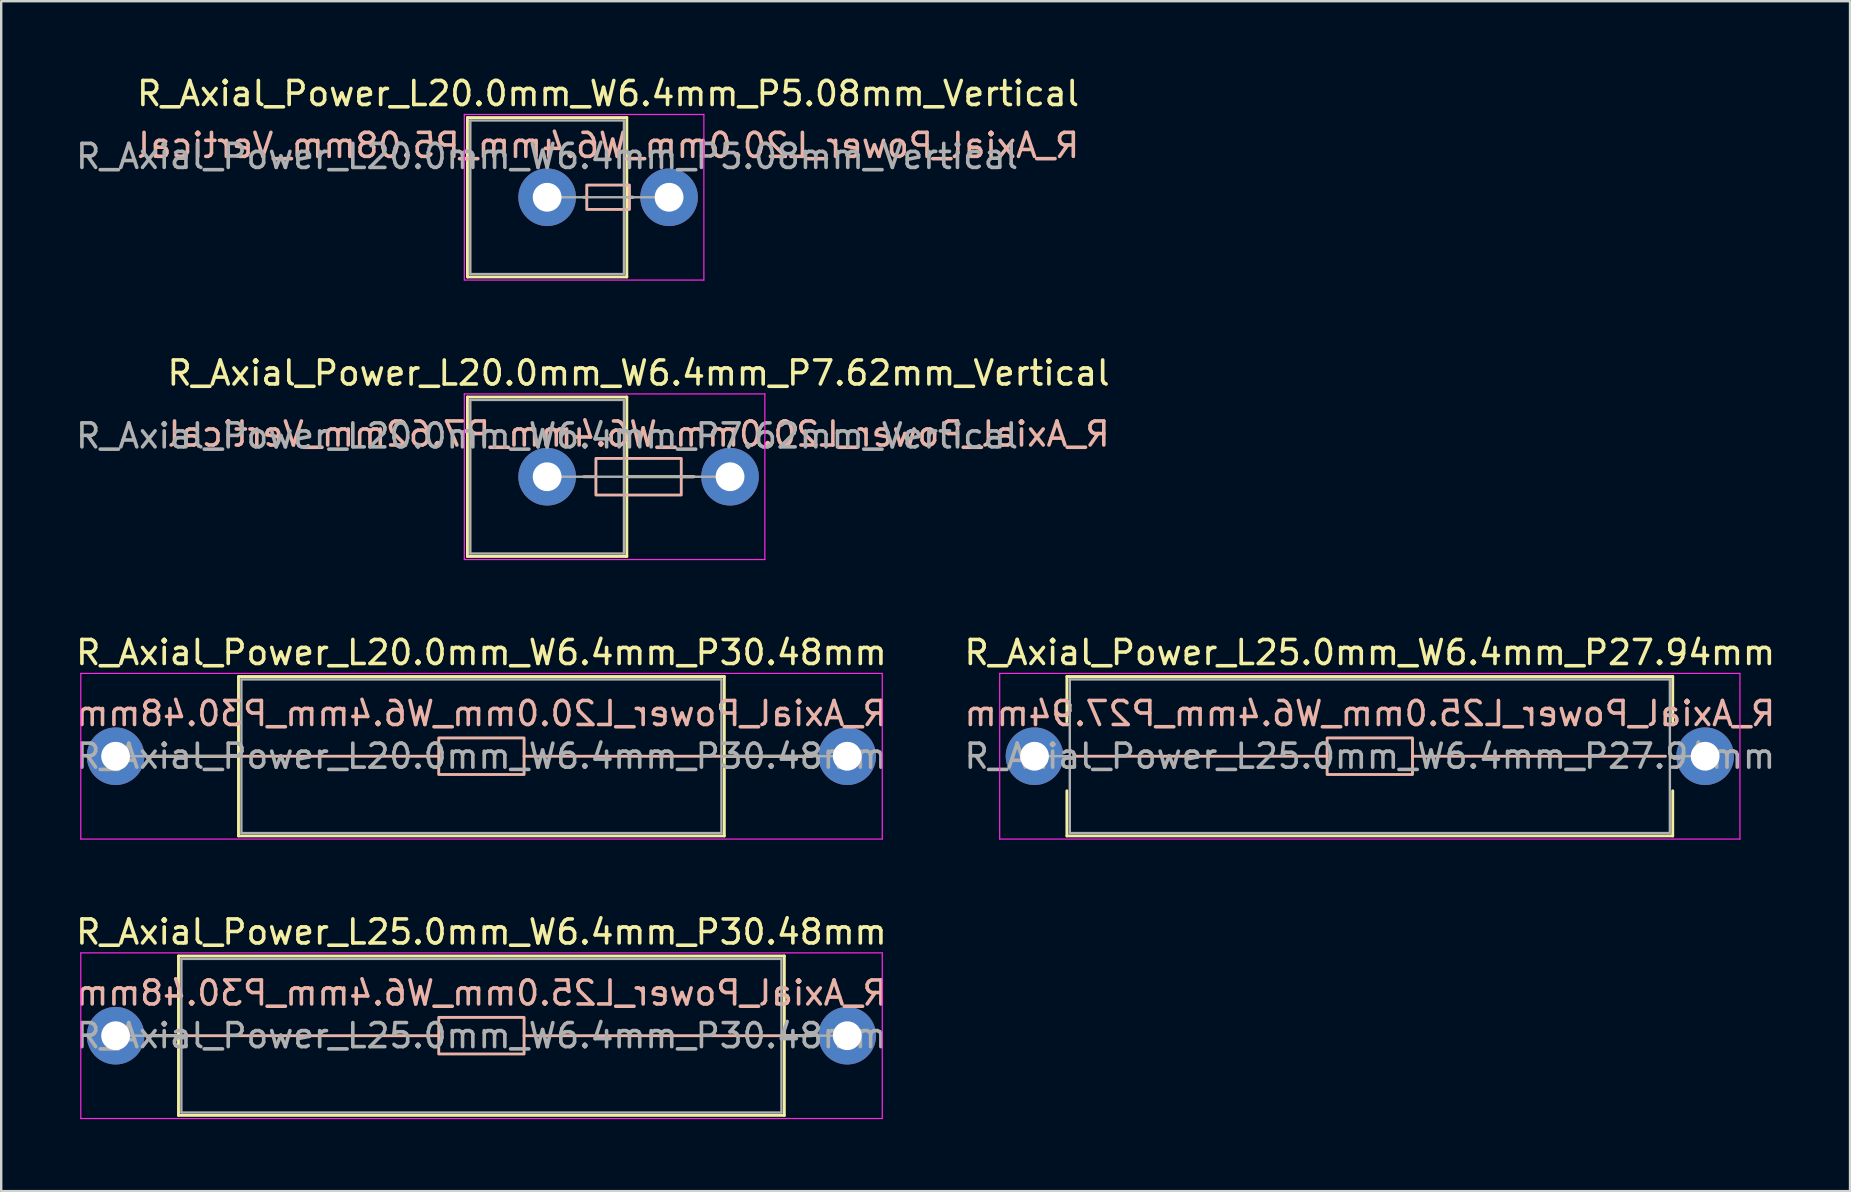
<source format=kicad_pcb>
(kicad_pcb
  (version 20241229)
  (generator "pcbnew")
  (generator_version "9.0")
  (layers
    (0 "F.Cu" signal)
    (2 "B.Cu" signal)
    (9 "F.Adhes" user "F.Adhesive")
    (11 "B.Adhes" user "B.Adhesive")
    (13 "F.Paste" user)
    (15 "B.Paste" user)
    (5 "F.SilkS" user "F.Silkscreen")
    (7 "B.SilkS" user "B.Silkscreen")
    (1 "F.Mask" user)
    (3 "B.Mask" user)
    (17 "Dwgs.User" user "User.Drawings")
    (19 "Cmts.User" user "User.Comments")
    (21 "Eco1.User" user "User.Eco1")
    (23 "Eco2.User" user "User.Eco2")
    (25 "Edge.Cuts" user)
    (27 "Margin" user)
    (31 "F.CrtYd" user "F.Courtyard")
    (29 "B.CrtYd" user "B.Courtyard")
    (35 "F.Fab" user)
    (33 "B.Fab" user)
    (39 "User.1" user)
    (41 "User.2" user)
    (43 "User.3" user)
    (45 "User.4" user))
  (footprint "R_Axial_Power_L20.0mm_W6.4mm_P7.62mm_Vertical"
    (layer "F.Cu")
    (at 19.744 16.811)
    (property "Reference" "R_Axial_Power_L20.0mm_W6.4mm_P7.62mm_Vertical" (at 3.81 -4.32 0) (layer "F.SilkS") (effects (font (size 1 1) (thickness 0.15))))
    (fp_line (start -3.32 -3.32) (end -3.32 3.32) (stroke (width 0.12) (type solid)) (layer "F.SilkS"))
    (fp_line (start -3.32 3.32) (end 3.32 3.32) (stroke (width 0.12) (type solid)) (layer "F.SilkS"))
    (fp_line (start 3.32 -3.32) (end -3.32 -3.32) (stroke (width 0.12) (type solid)) (layer "F.SilkS"))
    (fp_line (start 3.32 0) (end 6.12 0) (stroke (width 0.12) (type solid)) (layer "F.SilkS"))
    (fp_line (start 3.32 3.32) (end 3.32 -3.32) (stroke (width 0.12) (type solid)) (layer "F.SilkS"))
    (fp_line (start 2.032 0) (end 1.524 0) (stroke (width 0.12) (type solid)) (layer "B.SilkS"))
    (fp_line (start 5.588 0) (end 6.096 0) (stroke (width 0.12) (type solid)) (layer "B.SilkS"))
    (fp_rect (start 2.032 -0.762) (end 5.588 0.762) (stroke (width 0.12) (type solid)) (fill no) (layer "B.SilkS"))
    (fp_line (start -3.45 -3.45) (end -3.45 3.45) (stroke (width 0.05) (type solid)) (layer "F.CrtYd"))
    (fp_line (start -3.45 3.45) (end 9.07 3.45) (stroke (width 0.05) (type solid)) (layer "F.CrtYd"))
    (fp_line (start 9.07 -3.45) (end -3.45 -3.45) (stroke (width 0.05) (type solid)) (layer "F.CrtYd"))
    (fp_line (start 9.07 3.45) (end 9.07 -3.45) (stroke (width 0.05) (type solid)) (layer "F.CrtYd"))
    (fp_line (start -3.2 -3.2) (end -3.2 3.2) (stroke (width 0.1) (type solid)) (layer "F.Fab"))
    (fp_line (start -3.2 3.2) (end 3.2 3.2) (stroke (width 0.1) (type solid)) (layer "F.Fab"))
    (fp_line (start 0 0) (end 7.62 0) (stroke (width 0.1) (type solid)) (layer "F.Fab"))
    (fp_line (start 3.2 -3.2) (end -3.2 -3.2) (stroke (width 0.1) (type solid)) (layer "F.Fab"))
    (fp_line (start 3.2 3.2) (end 3.2 -3.2) (stroke (width 0.1) (type solid)) (layer "F.Fab"))
    (fp_text user "${REFERENCE}" (at 3.81 -1.778 0) (layer "B.SilkS") (effects (font (size 1 1) (thickness 0.15)) (justify mirror)))
    (fp_text user "${REFERENCE}" (at 0 -1.7 0) (layer "F.Fab") (effects (font (size 1 1) (thickness 0.15))))
    (pad "1" thru_hole circle (at 0 0) (size 2.4 2.4) (drill 1.2) (layers "*.Cu" "*.Mask"))
    (pad "2" thru_hole oval (at 7.62 0) (size 2.4 2.4) (drill 1.2) (layers "*.Cu" "*.Mask")))
  (footprint "R_Axial_Power_L20.0mm_W6.4mm_P30.48mm"
    (layer "F.Cu")
    (at 1.766 28.455)
    (property "Reference" "R_Axial_Power_L20.0mm_W6.4mm_P30.48mm" (at 15.24 -4.32 0) (layer "F.SilkS") (effects (font (size 1 1) (thickness 0.15))))
    (fp_line (start 1.44 0) (end 5.12 0) (stroke (width 0.12) (type solid)) (layer "F.SilkS"))
    (fp_line (start 5.12 -3.32) (end 5.12 3.32) (stroke (width 0.12) (type solid)) (layer "F.SilkS"))
    (fp_line (start 5.12 3.32) (end 25.36 3.32) (stroke (width 0.12) (type solid)) (layer "F.SilkS"))
    (fp_line (start 25.36 -3.32) (end 5.12 -3.32) (stroke (width 0.12) (type solid)) (layer "F.SilkS"))
    (fp_line (start 25.36 3.32) (end 25.36 -3.32) (stroke (width 0.12) (type solid)) (layer "F.SilkS"))
    (fp_line (start 29.04 0) (end 25.36 0) (stroke (width 0.12) (type solid)) (layer "F.SilkS"))
    (fp_line (start 13.462 0) (end 1.524 0) (stroke (width 0.12) (type solid)) (layer "B.SilkS"))
    (fp_line (start 17.018 0) (end 28.956 0) (stroke (width 0.12) (type solid)) (layer "B.SilkS"))
    (fp_rect (start 13.462 -0.762) (end 17.018 0.762) (stroke (width 0.12) (type solid)) (fill no) (layer "B.SilkS"))
    (fp_line (start -1.45 -3.45) (end -1.45 3.45) (stroke (width 0.05) (type solid)) (layer "F.CrtYd"))
    (fp_line (start -1.45 3.45) (end 31.94 3.45) (stroke (width 0.05) (type solid)) (layer "F.CrtYd"))
    (fp_line (start 31.94 -3.45) (end -1.45 -3.45) (stroke (width 0.05) (type solid)) (layer "F.CrtYd"))
    (fp_line (start 31.94 3.45) (end 31.94 -3.45) (stroke (width 0.05) (type solid)) (layer "F.CrtYd"))
    (fp_line (start 0 0) (end 5.24 0) (stroke (width 0.1) (type solid)) (layer "F.Fab"))
    (fp_line (start 5.24 -3.2) (end 5.24 3.2) (stroke (width 0.1) (type solid)) (layer "F.Fab"))
    (fp_line (start 5.24 3.2) (end 25.24 3.2) (stroke (width 0.1) (type solid)) (layer "F.Fab"))
    (fp_line (start 25.24 -3.2) (end 5.24 -3.2) (stroke (width 0.1) (type solid)) (layer "F.Fab"))
    (fp_line (start 25.24 3.2) (end 25.24 -3.2) (stroke (width 0.1) (type solid)) (layer "F.Fab"))
    (fp_line (start 30.48 0) (end 25.24 0) (stroke (width 0.1) (type solid)) (layer "F.Fab"))
    (fp_text user "${REFERENCE}" (at 15.24 -1.778 0) (layer "B.SilkS") (effects (font (size 1 1) (thickness 0.15)) (justify mirror)))
    (fp_text user "${REFERENCE}" (at 15.24 0 0) (layer "F.Fab") (effects (font (size 1 1) (thickness 0.15))))
    (pad "1" thru_hole circle (at 0 0) (size 2.4 2.4) (drill 1.2) (layers "*.Cu" "*.Mask"))
    (pad "2" thru_hole oval (at 30.48 0) (size 2.4 2.4) (drill 1.2) (layers "*.Cu" "*.Mask")))
  (footprint "R_Axial_Power_L25.0mm_W6.4mm_P30.48mm"
    (layer "F.Cu")
    (at 1.766 40.098)
    (property "Reference" "R_Axial_Power_L25.0mm_W6.4mm_P30.48mm" (at 15.24 -4.32 0) (layer "F.SilkS") (effects (font (size 1 1) (thickness 0.15))))
    (fp_line (start 1.44 0) (end 2.62 0) (stroke (width 0.12) (type solid)) (layer "F.SilkS"))
    (fp_line (start 2.62 -3.32) (end 2.62 3.32) (stroke (width 0.12) (type solid)) (layer "F.SilkS"))
    (fp_line (start 2.62 3.32) (end 27.86 3.32) (stroke (width 0.12) (type solid)) (layer "F.SilkS"))
    (fp_line (start 27.86 -3.32) (end 2.62 -3.32) (stroke (width 0.12) (type solid)) (layer "F.SilkS"))
    (fp_line (start 27.86 3.32) (end 27.86 -3.32) (stroke (width 0.12) (type solid)) (layer "F.SilkS"))
    (fp_line (start 29.04 0) (end 27.86 0) (stroke (width 0.12) (type solid)) (layer "F.SilkS"))
    (fp_line (start 13.462 0) (end 1.524 0) (stroke (width 0.12) (type solid)) (layer "B.SilkS"))
    (fp_line (start 17.018 0) (end 28.956 0) (stroke (width 0.12) (type solid)) (layer "B.SilkS"))
    (fp_rect (start 13.462 -0.762) (end 17.018 0.762) (stroke (width 0.12) (type solid)) (fill no) (layer "B.SilkS"))
    (fp_line (start -1.45 -3.45) (end -1.45 3.45) (stroke (width 0.05) (type solid)) (layer "F.CrtYd"))
    (fp_line (start -1.45 3.45) (end 31.94 3.45) (stroke (width 0.05) (type solid)) (layer "F.CrtYd"))
    (fp_line (start 31.94 -3.45) (end -1.45 -3.45) (stroke (width 0.05) (type solid)) (layer "F.CrtYd"))
    (fp_line (start 31.94 3.45) (end 31.94 -3.45) (stroke (width 0.05) (type solid)) (layer "F.CrtYd"))
    (fp_line (start 0 0) (end 2.74 0) (stroke (width 0.1) (type solid)) (layer "F.Fab"))
    (fp_line (start 2.74 -3.2) (end 2.74 3.2) (stroke (width 0.1) (type solid)) (layer "F.Fab"))
    (fp_line (start 2.74 3.2) (end 27.74 3.2) (stroke (width 0.1) (type solid)) (layer "F.Fab"))
    (fp_line (start 27.74 -3.2) (end 2.74 -3.2) (stroke (width 0.1) (type solid)) (layer "F.Fab"))
    (fp_line (start 27.74 3.2) (end 27.74 -3.2) (stroke (width 0.1) (type solid)) (layer "F.Fab"))
    (fp_line (start 30.48 0) (end 27.74 0) (stroke (width 0.1) (type solid)) (layer "F.Fab"))
    (fp_text user "${REFERENCE}" (at 15.24 -1.778 0) (layer "B.SilkS") (effects (font (size 1 1) (thickness 0.15)) (justify mirror)))
    (fp_text user "${REFERENCE}" (at 15.24 0 0) (layer "F.Fab") (effects (font (size 1 1) (thickness 0.15))))
    (pad "1" thru_hole circle (at 0 0) (size 2.4 2.4) (drill 1.2) (layers "*.Cu" "*.Mask"))
    (pad "2" thru_hole oval (at 30.48 0) (size 2.4 2.4) (drill 1.2) (layers "*.Cu" "*.Mask")))
  (footprint "R_Axial_Power_L20.0mm_W6.4mm_P5.08mm_Vertical"
    (layer "F.Cu")
    (at 19.744 5.168)
    (property "Reference" "R_Axial_Power_L20.0mm_W6.4mm_P5.08mm_Vertical" (at 2.54 -4.32 0) (layer "F.SilkS") (effects (font (size 1 1) (thickness 0.15))))
    (fp_line (start -3.32 -3.32) (end -3.32 3.32) (stroke (width 0.12) (type solid)) (layer "F.SilkS"))
    (fp_line (start -3.32 3.32) (end 3.32 3.32) (stroke (width 0.12) (type solid)) (layer "F.SilkS"))
    (fp_line (start 3.32 -3.32) (end -3.32 -3.32) (stroke (width 0.12) (type solid)) (layer "F.SilkS"))
    (fp_line (start 3.32 0) (end 3.58 0) (stroke (width 0.12) (type solid)) (layer "F.SilkS"))
    (fp_line (start 3.32 3.32) (end 3.32 -3.32) (stroke (width 0.12) (type solid)) (layer "F.SilkS"))
    (fp_line (start 1.524 0) (end 1.651 0) (stroke (width 0.12) (type solid)) (layer "B.SilkS"))
    (fp_line (start 3.556 0) (end 3.429 0) (stroke (width 0.12) (type solid)) (layer "B.SilkS"))
    (fp_rect (start 1.651 -0.508) (end 3.429 0.508) (stroke (width 0.12) (type solid)) (fill no) (layer "B.SilkS"))
    (fp_line (start -3.45 -3.45) (end -3.45 3.45) (stroke (width 0.05) (type solid)) (layer "F.CrtYd"))
    (fp_line (start -3.45 3.45) (end 6.53 3.45) (stroke (width 0.05) (type solid)) (layer "F.CrtYd"))
    (fp_line (start 6.53 -3.45) (end -3.45 -3.45) (stroke (width 0.05) (type solid)) (layer "F.CrtYd"))
    (fp_line (start 6.53 3.45) (end 6.53 -3.45) (stroke (width 0.05) (type solid)) (layer "F.CrtYd"))
    (fp_line (start -3.2 -3.2) (end -3.2 3.2) (stroke (width 0.1) (type solid)) (layer "F.Fab"))
    (fp_line (start -3.2 3.2) (end 3.2 3.2) (stroke (width 0.1) (type solid)) (layer "F.Fab"))
    (fp_line (start 0 0) (end 5.08 0) (stroke (width 0.1) (type solid)) (layer "F.Fab"))
    (fp_line (start 3.2 -3.2) (end -3.2 -3.2) (stroke (width 0.1) (type solid)) (layer "F.Fab"))
    (fp_line (start 3.2 3.2) (end 3.2 -3.2) (stroke (width 0.1) (type solid)) (layer "F.Fab"))
    (fp_text user "${REFERENCE}" (at 2.54 -2.159 0) (layer "B.SilkS") (effects (font (size 1 1) (thickness 0.15)) (justify mirror)))
    (fp_text user "${REFERENCE}" (at 0 -1.7 0) (layer "F.Fab") (effects (font (size 1 1) (thickness 0.15))))
    (pad "1" thru_hole circle (at 0 0) (size 2.4 2.4) (drill 1.2) (layers "*.Cu" "*.Mask"))
    (pad "2" thru_hole oval (at 5.08 0) (size 2.4 2.4) (drill 1.2) (layers "*.Cu" "*.Mask")))
  (footprint "R_Axial_Power_L25.0mm_W6.4mm_P27.94mm"
    (layer "F.Cu")
    (at 40.048 28.455)
    (property "Reference" "R_Axial_Power_L25.0mm_W6.4mm_P27.94mm" (at 13.97 -4.32 0) (layer "F.SilkS") (effects (font (size 1 1) (thickness 0.15))))
    (fp_line (start 1.35 -3.32) (end 26.59 -3.32) (stroke (width 0.12) (type solid)) (layer "F.SilkS"))
    (fp_line (start 1.35 -1.44) (end 1.35 -3.32) (stroke (width 0.12) (type solid)) (layer "F.SilkS"))
    (fp_line (start 1.35 1.44) (end 1.35 3.32) (stroke (width 0.12) (type solid)) (layer "F.SilkS"))
    (fp_line (start 1.35 3.32) (end 26.59 3.32) (stroke (width 0.12) (type solid)) (layer "F.SilkS"))
    (fp_line (start 26.59 -3.32) (end 26.59 -1.44) (stroke (width 0.12) (type solid)) (layer "F.SilkS"))
    (fp_line (start 26.59 3.32) (end 26.59 1.44) (stroke (width 0.12) (type solid)) (layer "F.SilkS"))
    (fp_line (start 12.192 0) (end 1.651 0) (stroke (width 0.12) (type solid)) (layer "B.SilkS"))
    (fp_line (start 15.748 0) (end 26.289 0) (stroke (width 0.12) (type solid)) (layer "B.SilkS"))
    (fp_rect (start 12.192 -0.762) (end 15.748 0.762) (stroke (width 0.12) (type solid)) (fill no) (layer "B.SilkS"))
    (fp_line (start -1.45 -3.45) (end -1.45 3.45) (stroke (width 0.05) (type solid)) (layer "F.CrtYd"))
    (fp_line (start -1.45 3.45) (end 29.39 3.45) (stroke (width 0.05) (type solid)) (layer "F.CrtYd"))
    (fp_line (start 29.39 -3.45) (end -1.45 -3.45) (stroke (width 0.05) (type solid)) (layer "F.CrtYd"))
    (fp_line (start 29.39 3.45) (end 29.39 -3.45) (stroke (width 0.05) (type solid)) (layer "F.CrtYd"))
    (fp_line (start 0 0) (end 1.47 0) (stroke (width 0.1) (type solid)) (layer "F.Fab"))
    (fp_line (start 1.47 -3.2) (end 1.47 3.2) (stroke (width 0.1) (type solid)) (layer "F.Fab"))
    (fp_line (start 1.47 3.2) (end 26.47 3.2) (stroke (width 0.1) (type solid)) (layer "F.Fab"))
    (fp_line (start 26.47 -3.2) (end 1.47 -3.2) (stroke (width 0.1) (type solid)) (layer "F.Fab"))
    (fp_line (start 26.47 3.2) (end 26.47 -3.2) (stroke (width 0.1) (type solid)) (layer "F.Fab"))
    (fp_line (start 27.94 0) (end 26.47 0) (stroke (width 0.1) (type solid)) (layer "F.Fab"))
    (fp_text user "${REFERENCE}" (at 13.97 -1.778 0) (layer "B.SilkS") (effects (font (size 1 1) (thickness 0.15)) (justify mirror)))
    (fp_text user "${REFERENCE}" (at 13.97 0 0) (layer "F.Fab") (effects (font (size 1 1) (thickness 0.15))))
    (pad "1" thru_hole circle (at 0 0) (size 2.4 2.4) (drill 1.2) (layers "*.Cu" "*.Mask"))
    (pad "2" thru_hole oval (at 27.94 0) (size 2.4 2.4) (drill 1.2) (layers "*.Cu" "*.Mask")))
  (gr_rect
    (start -3 -3)
    (end 74.024 46.573)
    (stroke (width 0.1) (type default))
    (fill no)
    (layer "Edge.Cuts")))
</source>
